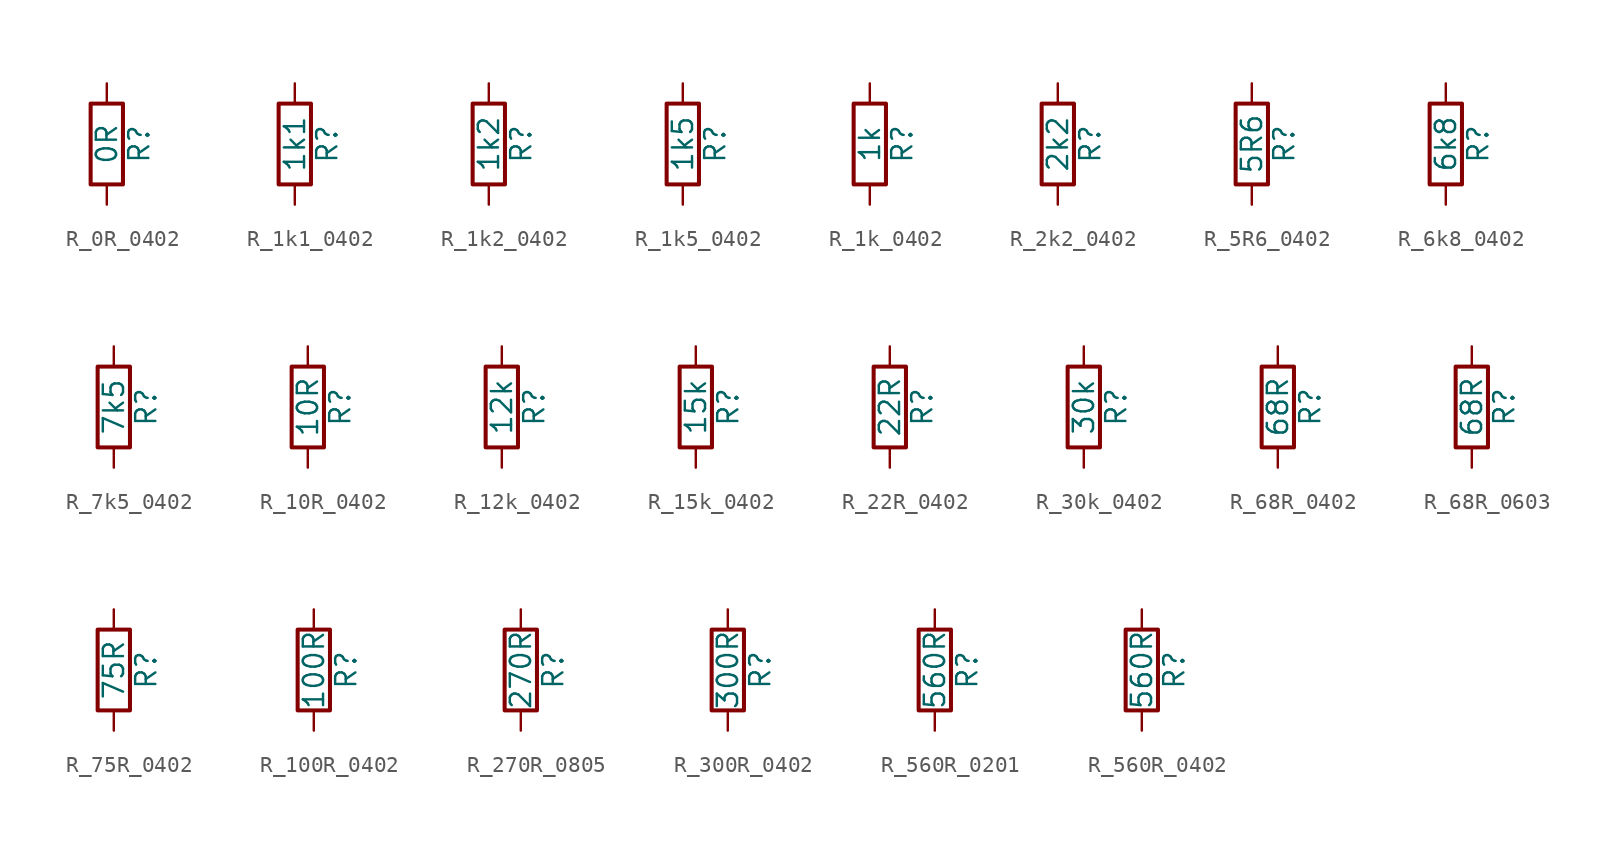
<source format=kicad_sym>
(kicad_symbol_lib
  (version 20220914)
  (generator kicad_symbol_editor)
  (symbol "R_0R_0402"
    (pin_numbers hide)
    (pin_names
      (offset 0))
    (property "Reference" "R"
      (at 2.032 0 90)
      (effects (font (size 1.27 1.27))))
    (property "Value" "0R"
      (at 0 0 90)
      (effects (font (size 1.27 1.27))))
    (symbol "R_0R_0402_0_1"
      (rectangle (start -1.016 -2.54) (end 1.016 2.54) (stroke (width 0.254) (type default)) (fill (type none))))
    (symbol "R_0R_0402_1_1"
      (pin passive line (at 0 3.81 270) (length 1.27) (name "~" (effects (font (size 1.27 1.27)))) (number "1" (effects (font (size 1.27 1.27)))))
      (pin passive line (at 0 -3.81 90) (length 1.27) (name "~" (effects (font (size 1.27 1.27)))) (number "2" (effects (font (size 1.27 1.27)))))))
  (symbol "R_1k1_0402"
    (pin_numbers hide)
    (pin_names
      (offset 0))
    (property "Reference" "R"
      (at 2.032 0 90)
      (effects (font (size 1.27 1.27))))
    (property "Value" "1k1"
      (at 0 0 90)
      (effects (font (size 1.27 1.27))))
    (symbol "R_1k1_0402_0_1"
      (rectangle (start -1.016 -2.54) (end 1.016 2.54) (stroke (width 0.254) (type default)) (fill (type none))))
    (symbol "R_1k1_0402_1_1"
      (pin passive line (at 0 3.81 270) (length 1.27) (name "~" (effects (font (size 1.27 1.27)))) (number "1" (effects (font (size 1.27 1.27)))))
      (pin passive line (at 0 -3.81 90) (length 1.27) (name "~" (effects (font (size 1.27 1.27)))) (number "2" (effects (font (size 1.27 1.27)))))))
  (symbol "R_1k2_0402"
    (pin_numbers hide)
    (pin_names
      (offset 0))
    (property "Reference" "R"
      (at 2.032 0 90)
      (effects (font (size 1.27 1.27))))
    (property "Value" "1k2"
      (at 0 0 90)
      (effects (font (size 1.27 1.27))))
    (symbol "R_1k2_0402_0_1"
      (rectangle (start -1.016 -2.54) (end 1.016 2.54) (stroke (width 0.254) (type default)) (fill (type none))))
    (symbol "R_1k2_0402_1_1"
      (pin passive line (at 0 3.81 270) (length 1.27) (name "~" (effects (font (size 1.27 1.27)))) (number "1" (effects (font (size 1.27 1.27)))))
      (pin passive line (at 0 -3.81 90) (length 1.27) (name "~" (effects (font (size 1.27 1.27)))) (number "2" (effects (font (size 1.27 1.27)))))))
  (symbol "R_1k5_0402"
    (pin_numbers hide)
    (pin_names
      (offset 0))
    (property "Reference" "R"
      (at 2.032 0 90)
      (effects (font (size 1.27 1.27))))
    (property "Value" "1k5"
      (at 0 0 90)
      (effects (font (size 1.27 1.27))))
    (symbol "R_1k5_0402_0_1"
      (rectangle (start -1.016 -2.54) (end 1.016 2.54) (stroke (width 0.254) (type default)) (fill (type none))))
    (symbol "R_1k5_0402_1_1"
      (pin passive line (at 0 3.81 270) (length 1.27) (name "~" (effects (font (size 1.27 1.27)))) (number "1" (effects (font (size 1.27 1.27)))))
      (pin passive line (at 0 -3.81 90) (length 1.27) (name "~" (effects (font (size 1.27 1.27)))) (number "2" (effects (font (size 1.27 1.27)))))))
  (symbol "R_1k_0402"
    (pin_numbers hide)
    (pin_names
      (offset 0))
    (property "Reference" "R"
      (at 2.032 0 90)
      (effects (font (size 1.27 1.27))))
    (property "Value" "1k"
      (at 0 0 90)
      (effects (font (size 1.27 1.27))))
    (symbol "R_1k_0402_0_1"
      (rectangle (start -1.016 -2.54) (end 1.016 2.54) (stroke (width 0.254) (type default)) (fill (type none))))
    (symbol "R_1k_0402_1_1"
      (pin passive line (at 0 3.81 270) (length 1.27) (name "~" (effects (font (size 1.27 1.27)))) (number "1" (effects (font (size 1.27 1.27)))))
      (pin passive line (at 0 -3.81 90) (length 1.27) (name "~" (effects (font (size 1.27 1.27)))) (number "2" (effects (font (size 1.27 1.27)))))))
  (symbol "R_2k2_0402"
    (pin_numbers hide)
    (pin_names
      (offset 0))
    (property "Reference" "R"
      (at 2.032 0 90)
      (effects (font (size 1.27 1.27))))
    (property "Value" "2k2"
      (at 0 0 90)
      (effects (font (size 1.27 1.27))))
    (symbol "R_2k2_0402_0_1"
      (rectangle (start -1.016 -2.54) (end 1.016 2.54) (stroke (width 0.254) (type default)) (fill (type none))))
    (symbol "R_2k2_0402_1_1"
      (pin passive line (at 0 3.81 270) (length 1.27) (name "~" (effects (font (size 1.27 1.27)))) (number "1" (effects (font (size 1.27 1.27)))))
      (pin passive line (at 0 -3.81 90) (length 1.27) (name "~" (effects (font (size 1.27 1.27)))) (number "2" (effects (font (size 1.27 1.27)))))))
  (symbol "R_5R6_0402"
    (pin_numbers hide)
    (pin_names
      (offset 0))
    (property "Reference" "R"
      (at 2.032 0 90)
      (effects (font (size 1.27 1.27))))
    (property "Value" "5R6"
      (at 0 0 90)
      (effects (font (size 1.27 1.27))))
    (symbol "R_5R6_0402_0_1"
      (rectangle (start -1.016 -2.54) (end 1.016 2.54) (stroke (width 0.254) (type default)) (fill (type none))))
    (symbol "R_5R6_0402_1_1"
      (pin passive line (at 0 3.81 270) (length 1.27) (name "~" (effects (font (size 1.27 1.27)))) (number "1" (effects (font (size 1.27 1.27)))))
      (pin passive line (at 0 -3.81 90) (length 1.27) (name "~" (effects (font (size 1.27 1.27)))) (number "2" (effects (font (size 1.27 1.27)))))))
  (symbol "R_6k8_0402"
    (pin_numbers hide)
    (pin_names
      (offset 0))
    (property "Reference" "R"
      (at 2.032 0 90)
      (effects (font (size 1.27 1.27))))
    (property "Value" "6k8"
      (at 0 0 90)
      (effects (font (size 1.27 1.27))))
    (symbol "R_6k8_0402_0_1"
      (rectangle (start -1.016 -2.54) (end 1.016 2.54) (stroke (width 0.254) (type default)) (fill (type none))))
    (symbol "R_6k8_0402_1_1"
      (pin passive line (at 0 3.81 270) (length 1.27) (name "~" (effects (font (size 1.27 1.27)))) (number "1" (effects (font (size 1.27 1.27)))))
      (pin passive line (at 0 -3.81 90) (length 1.27) (name "~" (effects (font (size 1.27 1.27)))) (number "2" (effects (font (size 1.27 1.27)))))))
  (symbol "R_7k5_0402"
    (pin_numbers hide)
    (pin_names
      (offset 0))
    (property "Reference" "R"
      (at 2.032 0 90)
      (effects (font (size 1.27 1.27))))
    (property "Value" "7k5"
      (at 0 0 90)
      (effects (font (size 1.27 1.27))))
    (symbol "R_7k5_0402_0_1"
      (rectangle (start -1.016 -2.54) (end 1.016 2.54) (stroke (width 0.254) (type default)) (fill (type none))))
    (symbol "R_7k5_0402_1_1"
      (pin passive line (at 0 3.81 270) (length 1.27) (name "~" (effects (font (size 1.27 1.27)))) (number "1" (effects (font (size 1.27 1.27)))))
      (pin passive line (at 0 -3.81 90) (length 1.27) (name "~" (effects (font (size 1.27 1.27)))) (number "2" (effects (font (size 1.27 1.27)))))))
  (symbol "R_10R_0402"
    (pin_numbers hide)
    (pin_names
      (offset 0))
    (property "Reference" "R"
      (at 2.032 0 90)
      (effects (font (size 1.27 1.27))))
    (property "Value" "10R"
      (at 0 0 90)
      (effects (font (size 1.27 1.27))))
    (symbol "R_10R_0402_0_1"
      (rectangle (start -1.016 -2.54) (end 1.016 2.54) (stroke (width 0.254) (type default)) (fill (type none))))
    (symbol "R_10R_0402_1_1"
      (pin passive line (at 0 3.81 270) (length 1.27) (name "~" (effects (font (size 1.27 1.27)))) (number "1" (effects (font (size 1.27 1.27)))))
      (pin passive line (at 0 -3.81 90) (length 1.27) (name "~" (effects (font (size 1.27 1.27)))) (number "2" (effects (font (size 1.27 1.27)))))))
  (symbol "R_12k_0402"
    (pin_numbers hide)
    (pin_names
      (offset 0))
    (property "Reference" "R"
      (at 2.032 0 90)
      (effects (font (size 1.27 1.27))))
    (property "Value" "12k"
      (at 0 0 90)
      (effects (font (size 1.27 1.27))))
    (symbol "R_12k_0402_0_1"
      (rectangle (start -1.016 -2.54) (end 1.016 2.54) (stroke (width 0.254) (type default)) (fill (type none))))
    (symbol "R_12k_0402_1_1"
      (pin passive line (at 0 3.81 270) (length 1.27) (name "~" (effects (font (size 1.27 1.27)))) (number "1" (effects (font (size 1.27 1.27)))))
      (pin passive line (at 0 -3.81 90) (length 1.27) (name "~" (effects (font (size 1.27 1.27)))) (number "2" (effects (font (size 1.27 1.27)))))))
  (symbol "R_15k_0402"
    (pin_numbers hide)
    (pin_names
      (offset 0))
    (property "Reference" "R"
      (at 2.032 0 90)
      (effects (font (size 1.27 1.27))))
    (property "Value" "15k"
      (at 0 0 90)
      (effects (font (size 1.27 1.27))))
    (symbol "R_15k_0402_0_1"
      (rectangle (start -1.016 -2.54) (end 1.016 2.54) (stroke (width 0.254) (type default)) (fill (type none))))
    (symbol "R_15k_0402_1_1"
      (pin passive line (at 0 3.81 270) (length 1.27) (name "~" (effects (font (size 1.27 1.27)))) (number "1" (effects (font (size 1.27 1.27)))))
      (pin passive line (at 0 -3.81 90) (length 1.27) (name "~" (effects (font (size 1.27 1.27)))) (number "2" (effects (font (size 1.27 1.27)))))))
  (symbol "R_22R_0402"
    (pin_numbers hide)
    (pin_names
      (offset 0))
    (property "Reference" "R"
      (at 2.032 0 90)
      (effects (font (size 1.27 1.27))))
    (property "Value" "22R"
      (at 0 0 90)
      (effects (font (size 1.27 1.27))))
    (symbol "R_22R_0402_0_1"
      (rectangle (start -1.016 -2.54) (end 1.016 2.54) (stroke (width 0.254) (type default)) (fill (type none))))
    (symbol "R_22R_0402_1_1"
      (pin passive line (at 0 3.81 270) (length 1.27) (name "~" (effects (font (size 1.27 1.27)))) (number "1" (effects (font (size 1.27 1.27)))))
      (pin passive line (at 0 -3.81 90) (length 1.27) (name "~" (effects (font (size 1.27 1.27)))) (number "2" (effects (font (size 1.27 1.27)))))))
  (symbol "R_30k_0402"
    (pin_numbers hide)
    (pin_names
      (offset 0))
    (property "Reference" "R"
      (at 2.032 0 90)
      (effects (font (size 1.27 1.27))))
    (property "Value" "30k"
      (at 0 0 90)
      (effects (font (size 1.27 1.27))))
    (symbol "R_30k_0402_0_1"
      (rectangle (start -1.016 -2.54) (end 1.016 2.54) (stroke (width 0.254) (type default)) (fill (type none))))
    (symbol "R_30k_0402_1_1"
      (pin passive line (at 0 3.81 270) (length 1.27) (name "~" (effects (font (size 1.27 1.27)))) (number "1" (effects (font (size 1.27 1.27)))))
      (pin passive line (at 0 -3.81 90) (length 1.27) (name "~" (effects (font (size 1.27 1.27)))) (number "2" (effects (font (size 1.27 1.27)))))))
  (symbol "R_68R_0402"
    (pin_numbers hide)
    (pin_names
      (offset 0))
    (property "Reference" "R"
      (at 2.032 0 90)
      (effects (font (size 1.27 1.27))))
    (property "Value" "68R"
      (at 0 0 90)
      (effects (font (size 1.27 1.27))))
    (symbol "R_68R_0402_0_1"
      (rectangle (start -1.016 -2.54) (end 1.016 2.54) (stroke (width 0.254) (type default)) (fill (type none))))
    (symbol "R_68R_0402_1_1"
      (pin passive line (at 0 3.81 270) (length 1.27) (name "~" (effects (font (size 1.27 1.27)))) (number "1" (effects (font (size 1.27 1.27)))))
      (pin passive line (at 0 -3.81 90) (length 1.27) (name "~" (effects (font (size 1.27 1.27)))) (number "2" (effects (font (size 1.27 1.27)))))))
  (symbol "R_68R_0603"
    (pin_numbers hide)
    (pin_names
      (offset 0))
    (property "Reference" "R"
      (at 2.032 0 90)
      (effects (font (size 1.27 1.27))))
    (property "Value" "68R"
      (at 0 0 90)
      (effects (font (size 1.27 1.27))))
    (symbol "R_68R_0603_0_1"
      (rectangle (start -1.016 -2.54) (end 1.016 2.54) (stroke (width 0.254) (type default)) (fill (type none))))
    (symbol "R_68R_0603_1_1"
      (pin passive line (at 0 3.81 270) (length 1.27) (name "~" (effects (font (size 1.27 1.27)))) (number "1" (effects (font (size 1.27 1.27)))))
      (pin passive line (at 0 -3.81 90) (length 1.27) (name "~" (effects (font (size 1.27 1.27)))) (number "2" (effects (font (size 1.27 1.27)))))))
  (symbol "R_75R_0402"
    (pin_numbers hide)
    (pin_names
      (offset 0))
    (property "Reference" "R"
      (at 2.032 0 90)
      (effects (font (size 1.27 1.27))))
    (property "Value" "75R"
      (at 0 0 90)
      (effects (font (size 1.27 1.27))))
    (symbol "R_75R_0402_0_1"
      (rectangle (start -1.016 -2.54) (end 1.016 2.54) (stroke (width 0.254) (type default)) (fill (type none))))
    (symbol "R_75R_0402_1_1"
      (pin passive line (at 0 3.81 270) (length 1.27) (name "~" (effects (font (size 1.27 1.27)))) (number "1" (effects (font (size 1.27 1.27)))))
      (pin passive line (at 0 -3.81 90) (length 1.27) (name "~" (effects (font (size 1.27 1.27)))) (number "2" (effects (font (size 1.27 1.27)))))))
  (symbol "R_100R_0402"
    (pin_numbers hide)
    (pin_names
      (offset 0))
    (property "Reference" "R"
      (at 2.032 0 90)
      (effects (font (size 1.27 1.27))))
    (property "Value" "100R"
      (at 0 0 90)
      (effects (font (size 1.27 1.27))))
    (symbol "R_100R_0402_0_1"
      (rectangle (start -1.016 -2.54) (end 1.016 2.54) (stroke (width 0.254) (type default)) (fill (type none))))
    (symbol "R_100R_0402_1_1"
      (pin passive line (at 0 3.81 270) (length 1.27) (name "~" (effects (font (size 1.27 1.27)))) (number "1" (effects (font (size 1.27 1.27)))))
      (pin passive line (at 0 -3.81 90) (length 1.27) (name "~" (effects (font (size 1.27 1.27)))) (number "2" (effects (font (size 1.27 1.27)))))))
  (symbol "R_270R_0805"
    (pin_numbers hide)
    (pin_names
      (offset 0))
    (property "Reference" "R"
      (at 2.032 0 90)
      (effects (font (size 1.27 1.27))))
    (property "Value" "270R"
      (at 0 0 90)
      (effects (font (size 1.27 1.27))))
    (symbol "R_270R_0805_0_1"
      (rectangle (start -1.016 -2.54) (end 1.016 2.54) (stroke (width 0.254) (type default)) (fill (type none))))
    (symbol "R_270R_0805_1_1"
      (pin passive line (at 0 3.81 270) (length 1.27) (name "~" (effects (font (size 1.27 1.27)))) (number "1" (effects (font (size 1.27 1.27)))))
      (pin passive line (at 0 -3.81 90) (length 1.27) (name "~" (effects (font (size 1.27 1.27)))) (number "2" (effects (font (size 1.27 1.27)))))))
  (symbol "R_300R_0402"
    (pin_numbers hide)
    (pin_names
      (offset 0))
    (property "Reference" "R"
      (at 2.032 0 90)
      (effects (font (size 1.27 1.27))))
    (property "Value" "300R"
      (at 0 0 90)
      (effects (font (size 1.27 1.27))))
    (symbol "R_300R_0402_0_1"
      (rectangle (start -1.016 -2.54) (end 1.016 2.54) (stroke (width 0.254) (type default)) (fill (type none))))
    (symbol "R_300R_0402_1_1"
      (pin passive line (at 0 3.81 270) (length 1.27) (name "~" (effects (font (size 1.27 1.27)))) (number "1" (effects (font (size 1.27 1.27)))))
      (pin passive line (at 0 -3.81 90) (length 1.27) (name "~" (effects (font (size 1.27 1.27)))) (number "2" (effects (font (size 1.27 1.27)))))))
  (symbol "R_560R_0201"
    (pin_numbers hide)
    (pin_names
      (offset 0))
    (property "Reference" "R"
      (at 2.032 0 90)
      (effects (font (size 1.27 1.27))))
    (property "Value" "560R"
      (at 0 0 90)
      (effects (font (size 1.27 1.27))))
    (symbol "R_560R_0201_0_1"
      (rectangle (start -1.016 -2.54) (end 1.016 2.54) (stroke (width 0.254) (type default)) (fill (type none))))
    (symbol "R_560R_0201_1_1"
      (pin passive line (at 0 3.81 270) (length 1.27) (name "~" (effects (font (size 1.27 1.27)))) (number "1" (effects (font (size 1.27 1.27)))))
      (pin passive line (at 0 -3.81 90) (length 1.27) (name "~" (effects (font (size 1.27 1.27)))) (number "2" (effects (font (size 1.27 1.27)))))))
  (symbol "R_560R_0402"
    (pin_numbers hide)
    (pin_names
      (offset 0))
    (property "Reference" "R"
      (at 2.032 0 90)
      (effects (font (size 1.27 1.27))))
    (property "Value" "560R"
      (at 0 0 90)
      (effects (font (size 1.27 1.27))))
    (symbol "R_560R_0402_0_1"
      (rectangle (start -1.016 -2.54) (end 1.016 2.54) (stroke (width 0.254) (type default)) (fill (type none))))
    (symbol "R_560R_0402_1_1"
      (pin passive line (at 0 3.81 270) (length 1.27) (name "~" (effects (font (size 1.27 1.27)))) (number "1" (effects (font (size 1.27 1.27)))))
      (pin passive line (at 0 -3.81 90) (length 1.27) (name "~" (effects (font (size 1.27 1.27)))) (number "2" (effects (font (size 1.27 1.27))))))))
</source>
